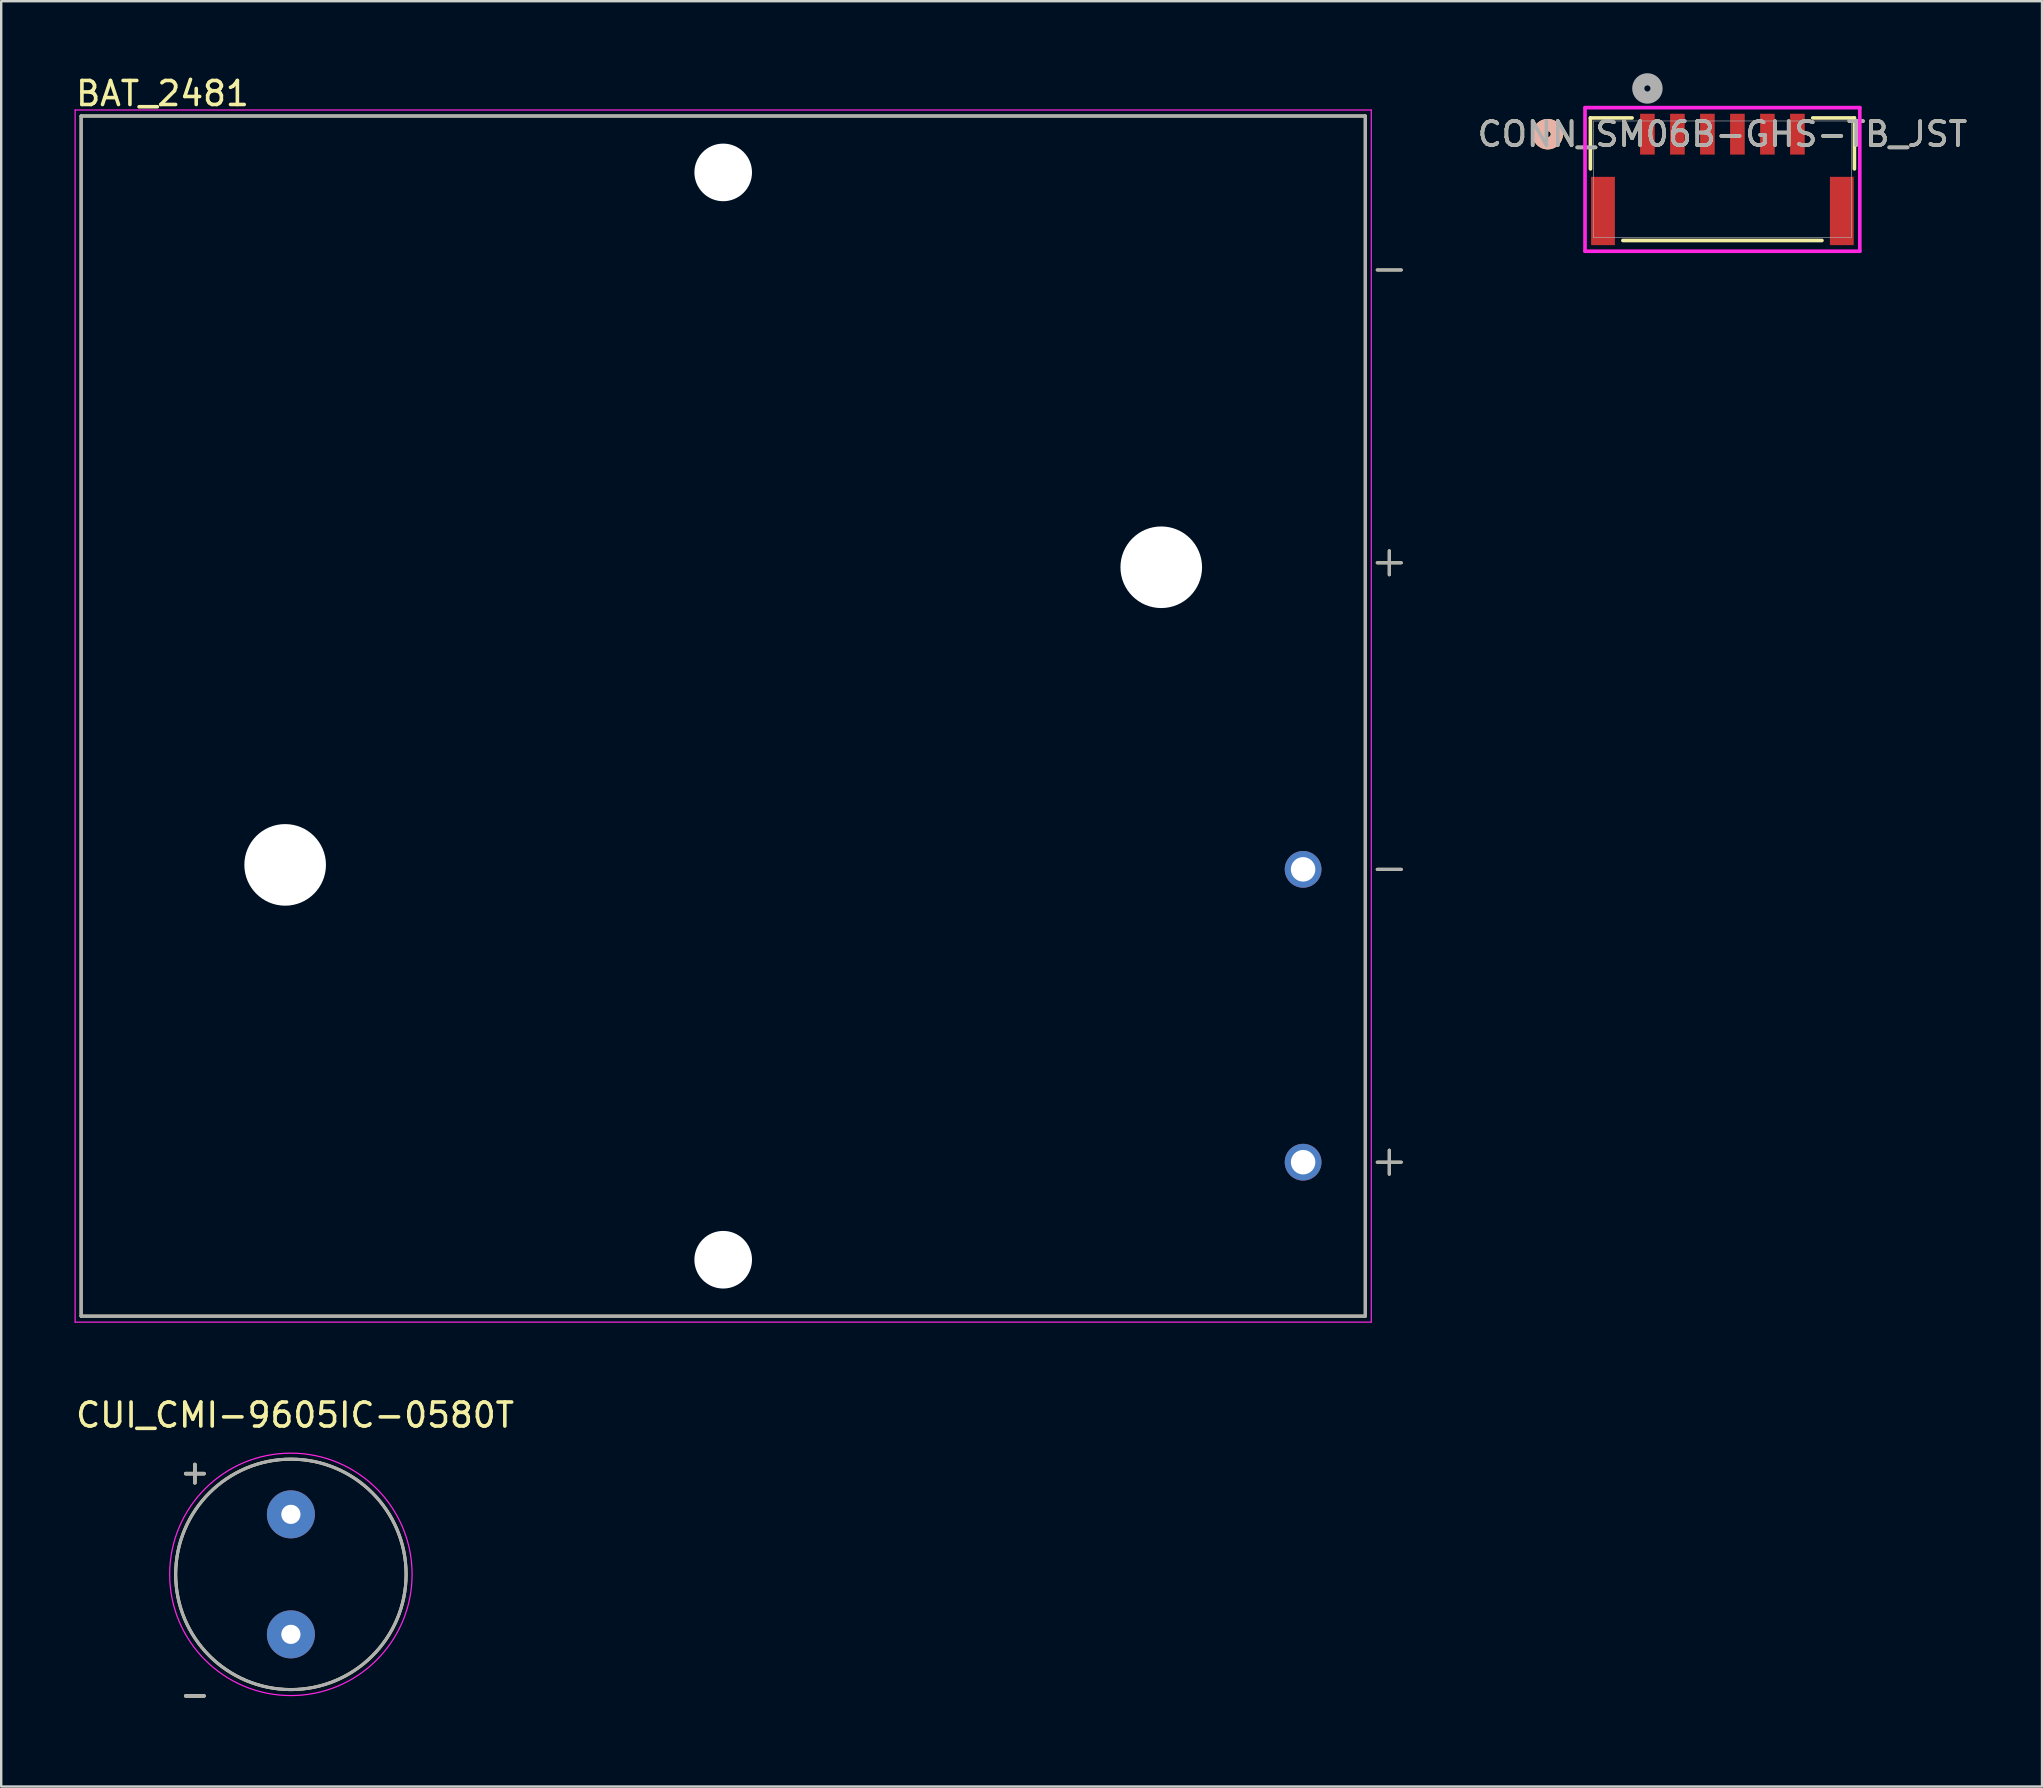
<source format=kicad_pcb>
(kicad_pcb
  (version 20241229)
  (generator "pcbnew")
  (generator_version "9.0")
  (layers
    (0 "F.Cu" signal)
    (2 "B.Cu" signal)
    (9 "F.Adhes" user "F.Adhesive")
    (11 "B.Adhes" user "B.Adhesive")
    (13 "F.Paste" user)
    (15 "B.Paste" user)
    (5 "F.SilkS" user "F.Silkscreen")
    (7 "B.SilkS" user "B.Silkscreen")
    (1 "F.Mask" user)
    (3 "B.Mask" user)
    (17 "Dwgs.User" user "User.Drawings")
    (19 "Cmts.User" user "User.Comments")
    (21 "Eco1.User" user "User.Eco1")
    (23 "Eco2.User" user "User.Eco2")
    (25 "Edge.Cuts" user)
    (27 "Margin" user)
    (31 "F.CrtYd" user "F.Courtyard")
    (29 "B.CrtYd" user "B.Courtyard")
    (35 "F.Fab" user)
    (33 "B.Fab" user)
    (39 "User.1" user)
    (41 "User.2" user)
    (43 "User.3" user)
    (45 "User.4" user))
  (footprint "CUI_CMI-9605IC-0580T"
    (layer "F.Cu")
    (at 9.069 62.541)
    (property "Reference" "CUI_CMI-9605IC-0580T" (at 0.175 -6.635 0) (layer "F.SilkS") (effects (font (size 1 1) (thickness 0.15))))
    (attr through_hole)
    (fp_circle (center 0 0) (end 4.8 0) (stroke (width 0.127) (type solid)) (fill no) (layer "F.SilkS"))
    (fp_circle (center 0 0) (end 5.05 0) (stroke (width 0.05) (type solid)) (fill no) (layer "F.CrtYd"))
    (fp_circle (center 0 0) (end 4.8 0) (stroke (width 0.127) (type solid)) (fill no) (layer "F.Fab"))
    (fp_text user "+" (at -4 -4.27 0) (layer "F.SilkS") (effects (font (size 1 1) (thickness 0.15))))
    (fp_text user "-" (at -4 4.99 0) (layer "F.SilkS") (effects (font (size 1 1) (thickness 0.15))))
    (fp_text user "+" (at -4 -4.27 0) (layer "F.Fab") (effects (font (size 1 1) (thickness 0.15))))
    (fp_text user "-" (at -4 4.99 0) (layer "F.Fab") (effects (font (size 1 1) (thickness 0.15))))
    (pad "N" thru_hole circle (at 0 2.5) (size 2 2) (drill 0.8) (layers "*.Cu" "*.Mask"))
    (pad "P" thru_hole circle (at 0 -2.5) (size 2 2) (drill 0.8) (layers "*.Cu" "*.Mask")))
  (footprint "CONN_SM06B-GHS-TB_JST"
    (layer "F.Cu")
    (at 68.709 4.416)
    (property "Reference" "CONN_SM06B-GHS-TB_JST" (at 0 -1.876 0) (unlocked yes) (layer "F.SilkS") (effects (font (size 1 1) (thickness 0.15))))
    (attr smd)
    (fp_line (start -5.499 -2.553) (end -5.499 -0.43) (stroke (width 0.152) (type solid)) (layer "F.SilkS"))
    (fp_line (start -4.147 2.553) (end 4.147 2.553) (stroke (width 0.152) (type solid)) (layer "F.SilkS"))
    (fp_line (start -3.763 -2.553) (end -5.499 -2.553) (stroke (width 0.152) (type solid)) (layer "F.SilkS"))
    (fp_line (start 5.499 -2.553) (end 3.763 -2.553) (stroke (width 0.152) (type solid)) (layer "F.SilkS"))
    (fp_line (start 5.499 -0.43) (end 5.499 -2.553) (stroke (width 0.152) (type solid)) (layer "F.SilkS"))
    (fp_circle (center -7.277 -1.876) (end -6.896 -1.876) (stroke (width 0.508) (type solid)) (fill no) (layer "F.SilkS"))
    (fp_circle (center -7.277 -1.876) (end -6.896 -1.876) (stroke (width 0.508) (type solid)) (fill no) (layer "B.SilkS"))
    (fp_line (start -5.724 -2.981) (end -5.724 3.001) (stroke (width 0.152) (type solid)) (layer "F.CrtYd"))
    (fp_line (start -5.724 3.001) (end 5.724 3.001) (stroke (width 0.152) (type solid)) (layer "F.CrtYd"))
    (fp_line (start 5.724 -2.981) (end -5.724 -2.981) (stroke (width 0.152) (type solid)) (layer "F.CrtYd"))
    (fp_line (start 5.724 3.001) (end 5.724 -2.981) (stroke (width 0.152) (type solid)) (layer "F.CrtYd"))
    (fp_line (start -5.372 -2.426) (end -5.372 2.426) (stroke (width 0.025) (type solid)) (layer "F.Fab"))
    (fp_line (start -5.372 2.426) (end 5.372 2.426) (stroke (width 0.025) (type solid)) (layer "F.Fab"))
    (fp_line (start 5.372 -2.426) (end -5.372 -2.426) (stroke (width 0.025) (type solid)) (layer "F.Fab"))
    (fp_line (start 5.372 2.426) (end 5.372 -2.426) (stroke (width 0.025) (type solid)) (layer "F.Fab"))
    (fp_circle (center -3.125 -3.781) (end -2.744 -3.781) (stroke (width 0.508) (type solid)) (fill no) (layer "F.Fab"))
    (fp_text user "${REFERENCE}" (at 0 -1.876 0) (unlocked yes) (layer "F.Fab") (effects (font (size 1 1) (thickness 0.15))))
    (pad "1" smd rect (at -3.125 -1.876) (size 0.61 1.702) (layers "F.Cu" "F.Mask" "F.Paste"))
    (pad "2" smd rect (at -1.875 -1.876) (size 0.61 1.702) (layers "F.Cu" "F.Mask" "F.Paste"))
    (pad "3" smd rect (at -0.625 -1.876) (size 0.61 1.702) (layers "F.Cu" "F.Mask" "F.Paste"))
    (pad "4" smd rect (at 0.625 -1.876) (size 0.61 1.702) (layers "F.Cu" "F.Mask" "F.Paste"))
    (pad "5" smd rect (at 1.875 -1.876) (size 0.61 1.702) (layers "F.Cu" "F.Mask" "F.Paste"))
    (pad "6" smd rect (at 3.125 -1.876) (size 0.61 1.702) (layers "F.Cu" "F.Mask" "F.Paste"))
    (pad "7" smd rect (at -4.975 1.324) (size 0.991 2.845) (layers "F.Cu" "F.Mask" "F.Paste"))
    (pad "8" smd rect (at 4.975 1.324) (size 0.991 2.845) (layers "F.Cu" "F.Mask" "F.Paste")))
  (footprint "BAT_2481"
    (layer "F.Cu")
    (at 27.08 26.783)
    (property "Reference" "BAT_2481" (at -23.36 -25.935 0) (layer "F.SilkS") (effects (font (size 1 1) (thickness 0.15))))
    (attr through_hole)
    (fp_line (start -26.75 -25) (end 26.75 -25) (stroke (width 0.127) (type solid)) (layer "F.SilkS"))
    (fp_line (start -26.75 25) (end -26.75 -25) (stroke (width 0.127) (type solid)) (layer "F.SilkS"))
    (fp_line (start 26.75 -25) (end 26.75 25) (stroke (width 0.127) (type solid)) (layer "F.SilkS"))
    (fp_line (start 26.75 25) (end -26.75 25) (stroke (width 0.127) (type solid)) (layer "F.SilkS"))
    (fp_line (start 27.25 -18.586) (end 28.25 -18.586) (stroke (width 0.127) (type solid)) (layer "F.SilkS"))
    (fp_line (start 27.25 -6.386) (end 28.25 -6.386) (stroke (width 0.127) (type solid)) (layer "F.SilkS"))
    (fp_line (start 27.25 6.386) (end 28.25 6.386) (stroke (width 0.127) (type solid)) (layer "F.SilkS"))
    (fp_line (start 27.25 18.586) (end 28.25 18.586) (stroke (width 0.127) (type solid)) (layer "F.SilkS"))
    (fp_line (start 27.75 -5.886) (end 27.75 -6.886) (stroke (width 0.127) (type solid)) (layer "F.SilkS"))
    (fp_line (start 27.75 18.086) (end 27.75 19.086) (stroke (width 0.127) (type solid)) (layer "F.SilkS"))
    (fp_line (start -27 -25.25) (end 27 -25.25) (stroke (width 0.05) (type solid)) (layer "F.CrtYd"))
    (fp_line (start -27 25.25) (end -27 -25.25) (stroke (width 0.05) (type solid)) (layer "F.CrtYd"))
    (fp_line (start 27 -25.25) (end 27 25.25) (stroke (width 0.05) (type solid)) (layer "F.CrtYd"))
    (fp_line (start 27 25.25) (end -27 25.25) (stroke (width 0.05) (type solid)) (layer "F.CrtYd"))
    (fp_line (start -26.75 -25) (end 26.75 -25) (stroke (width 0.127) (type solid)) (layer "F.Fab"))
    (fp_line (start -26.75 25) (end -26.75 -25) (stroke (width 0.127) (type solid)) (layer "F.Fab"))
    (fp_line (start 26.75 -25) (end 26.75 25) (stroke (width 0.127) (type solid)) (layer "F.Fab"))
    (fp_line (start 26.75 25) (end -26.75 25) (stroke (width 0.127) (type solid)) (layer "F.Fab"))
    (fp_line (start 27.25 -18.586) (end 28.25 -18.586) (stroke (width 0.127) (type solid)) (layer "F.Fab"))
    (fp_line (start 27.25 -6.386) (end 28.25 -6.386) (stroke (width 0.127) (type solid)) (layer "F.Fab"))
    (fp_line (start 27.25 6.386) (end 28.25 6.386) (stroke (width 0.127) (type solid)) (layer "F.Fab"))
    (fp_line (start 27.25 18.586) (end 28.25 18.586) (stroke (width 0.127) (type solid)) (layer "F.Fab"))
    (fp_line (start 27.75 -5.886) (end 27.75 -6.886) (stroke (width 0.127) (type solid)) (layer "F.Fab"))
    (fp_line (start 27.75 18.086) (end 27.75 19.086) (stroke (width 0.127) (type solid)) (layer "F.Fab"))
    (pad "" np_thru_hole circle (at -18.25 6.2) (size 3.4 3.4) (drill 3.4) (layers "*.Cu" "*.Mask"))
    (pad "" np_thru_hole circle (at 0 -22.65) (size 2.4 2.4) (drill 2.4) (layers "*.Cu" "*.Mask"))
    (pad "" np_thru_hole circle (at 0 22.65) (size 2.4 2.4) (drill 2.4) (layers "*.Cu" "*.Mask"))
    (pad "" np_thru_hole circle (at 18.25 -6.2) (size 3.4 3.4) (drill 3.4) (layers "*.Cu" "*.Mask"))
    (pad "N" thru_hole circle (at 24.16 6.386) (size 1.53 1.53) (drill 1.02) (layers "*.Cu" "*.Mask"))
    (pad "P" thru_hole circle (at 24.16 18.586) (size 1.53 1.53) (drill 1.02) (layers "*.Cu" "*.Mask")))
  (gr_rect
    (start -3 -3)
    (end 82.025 71.38)
    (stroke (width 0.1) (type default))
    (fill no)
    (layer "Edge.Cuts")))
</source>
